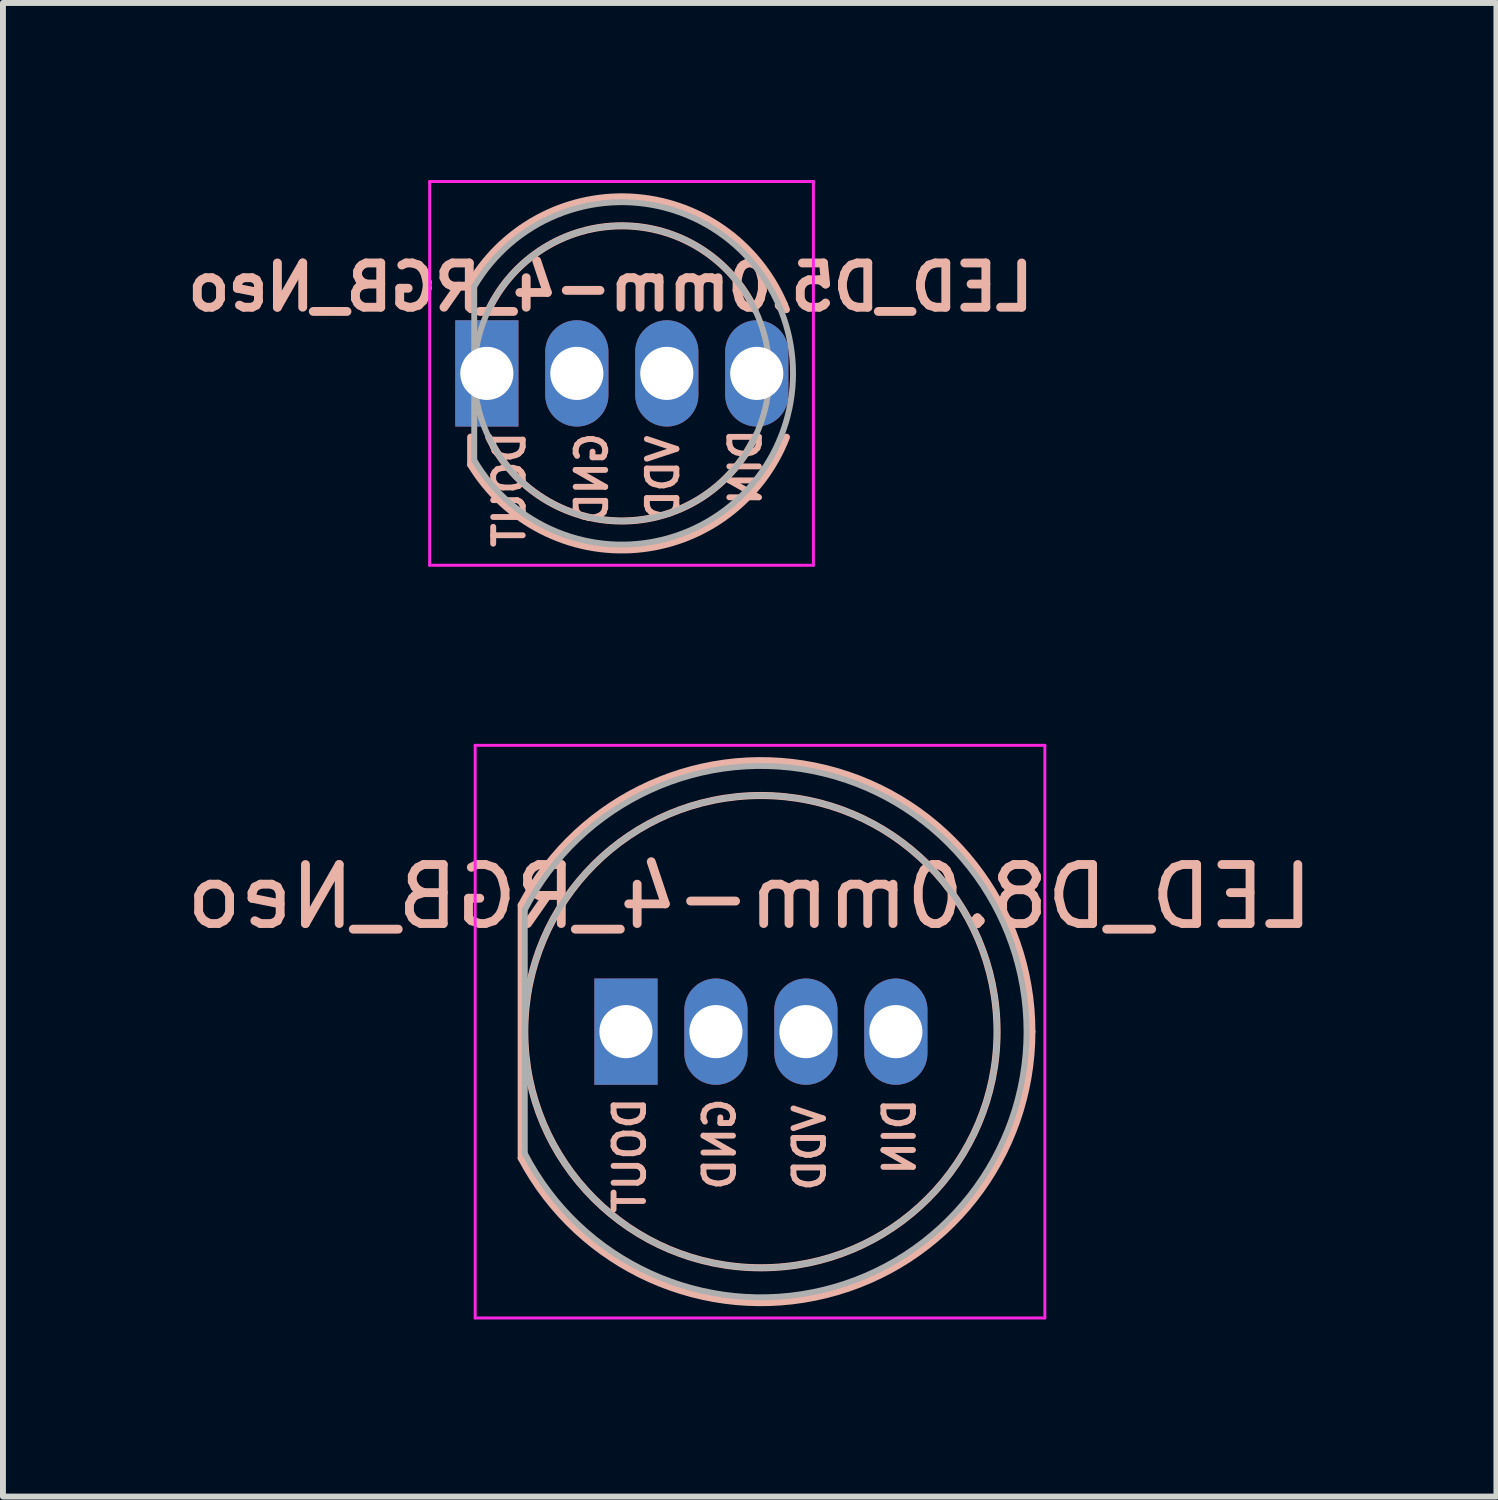
<source format=kicad_pcb>
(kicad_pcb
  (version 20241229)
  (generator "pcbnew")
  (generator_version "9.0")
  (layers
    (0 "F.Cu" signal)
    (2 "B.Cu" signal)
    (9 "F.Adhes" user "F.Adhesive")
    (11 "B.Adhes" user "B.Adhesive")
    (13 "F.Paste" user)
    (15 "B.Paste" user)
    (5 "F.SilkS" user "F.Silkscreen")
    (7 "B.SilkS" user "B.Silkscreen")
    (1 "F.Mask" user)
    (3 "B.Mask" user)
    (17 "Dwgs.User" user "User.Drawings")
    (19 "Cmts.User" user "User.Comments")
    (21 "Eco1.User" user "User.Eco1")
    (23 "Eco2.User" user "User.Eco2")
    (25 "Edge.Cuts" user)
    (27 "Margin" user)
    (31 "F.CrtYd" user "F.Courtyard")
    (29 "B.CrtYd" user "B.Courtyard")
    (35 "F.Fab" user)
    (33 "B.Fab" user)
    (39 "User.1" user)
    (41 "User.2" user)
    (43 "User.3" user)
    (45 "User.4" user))
  (footprint "LED_D5.0mm-4_RGB_Neo"
    (layer "F.Cu")
    (at 5.578 3.275)
    (property "Reference" "LED_D5.0mm-4_RGB_Neo" (at 1.714 -1.46 0) (layer "B.SilkS") (effects (font (size 0.75 0.75) (thickness 0.15)) (justify mirror)))
    (attr through_hole)
    (fp_line (start -0.655 -1.545) (end -0.655 -1.08) (stroke (width 0.12) (type solid)) (layer "B.SilkS"))
    (fp_line (start -0.655 1.08) (end -0.655 1.545) (stroke (width 0.12) (type solid)) (layer "B.SilkS"))
    (fp_arc (start -0.655 -1.54483) (mid 2.163456 -2.978809) (end 4.692815 -1.080827) (stroke (width 0.12) (type solid)) (layer "B.SilkS"))
    (fp_arc (start -0.349684 -1.08) (mid 1.904762 -2.5) (end 4.159479 -1.080429) (stroke (width 0.12) (type solid)) (layer "B.SilkS"))
    (fp_arc (start 4.159479 1.080429) (mid 1.904762 2.5) (end -0.349684 1.08) (stroke (width 0.12) (type solid)) (layer "B.SilkS"))
    (fp_arc (start 4.692815 1.080827) (mid 2.163456 2.978808) (end -0.655 1.54483) (stroke (width 0.12) (type solid)) (layer "B.SilkS"))
    (fp_line (start -1.35 -3.25) (end -1.35 3.25) (stroke (width 0.05) (type solid)) (layer "F.CrtYd"))
    (fp_line (start -1.35 3.25) (end 5.15 3.25) (stroke (width 0.05) (type solid)) (layer "F.CrtYd"))
    (fp_line (start 5.15 -3.25) (end -1.35 -3.25) (stroke (width 0.05) (type solid)) (layer "F.CrtYd"))
    (fp_line (start 5.15 3.25) (end 5.15 -3.25) (stroke (width 0.05) (type solid)) (layer "F.CrtYd"))
    (fp_line (start -0.595 -1.47) (end -0.595 1.47) (stroke (width 0.1) (type solid)) (layer "F.Fab"))
    (fp_arc (start -0.595 -1.469694) (mid 4.805 0.000016) (end -0.595016 1.469666) (stroke (width 0.1) (type solid)) (layer "F.Fab"))
    (fp_circle (center 1.905 0) (end 4.405 0) (stroke (width 0.1) (type solid)) (fill no) (layer "F.Fab"))
    (fp_text user "VDD" (at 2.603 1.778 90) (layer "B.SilkS") (effects (font (size 0.5 0.5) (thickness 0.1)) (justify mirror)))
    (fp_text user "DOUT" (at 0 1.968 90) (layer "B.SilkS") (effects (font (size 0.5 0.5) (thickness 0.1)) (justify mirror)))
    (fp_text user "DIN" (at 4 1.587 90) (layer "B.SilkS") (effects (font (size 0.5 0.5) (thickness 0.1)) (justify mirror)))
    (fp_text user "GND" (at 1.397 1.778 90) (layer "B.SilkS") (effects (font (size 0.5 0.5) (thickness 0.1)) (justify mirror)))
    (pad "1" thru_hole rect (at -0.381 0) (size 1.07 1.8) (drill 0.9) (layers "*.Cu" "*.Mask"))
    (pad "2" thru_hole oval (at 1.143 0) (size 1.07 1.8) (drill 0.9) (layers "*.Cu" "*.Mask"))
    (pad "3" thru_hole oval (at 2.667 0) (size 1.07 1.8) (drill 0.9) (layers "*.Cu" "*.Mask"))
    (pad "4" thru_hole oval (at 4.191 0) (size 1.07 1.8) (drill 0.9) (layers "*.Cu" "*.Mask")))
  (footprint "LED_D8.0mm-4_RGB_Neo"
    (layer "F.Cu")
    (at 7.299 14.425)
    (property "Reference" "LED_D8.0mm-4_RGB_Neo" (at 2.349 -2.286 0) (layer "B.SilkS") (effects (font (size 1 1) (thickness 0.15)) (justify mirror)))
    (attr through_hole)
    (fp_line (start -1.52 -2.142) (end -1.52 2.142) (stroke (width 0.12) (type solid)) (layer "B.SilkS"))
    (fp_arc (start -1.52 -2.141145) (mid 3.643119 -4.455472) (end 7.13 0.000486) (stroke (width 0.12) (type solid)) (layer "B.SilkS"))
    (fp_arc (start 7.13 -0.000486) (mid 3.643119 4.455472) (end -1.52 2.141145) (stroke (width 0.12) (type solid)) (layer "B.SilkS"))
    (fp_circle (center 2.54 0) (end 6.54 0) (stroke (width 0.12) (type solid)) (fill no) (layer "B.SilkS"))
    (fp_line (start -2.3 -4.85) (end -2.3 4.85) (stroke (width 0.05) (type solid)) (layer "F.CrtYd"))
    (fp_line (start -2.3 4.85) (end 7.35 4.85) (stroke (width 0.05) (type solid)) (layer "F.CrtYd"))
    (fp_line (start 7.35 -4.85) (end -2.3 -4.85) (stroke (width 0.05) (type solid)) (layer "F.CrtYd"))
    (fp_line (start 7.35 4.85) (end 7.35 -4.85) (stroke (width 0.05) (type solid)) (layer "F.CrtYd"))
    (fp_line (start -1.46 -2.062) (end -1.46 2.062) (stroke (width 0.1) (type solid)) (layer "F.Fab"))
    (fp_arc (start -1.46 -2.061553) (mid 7.04 0.00126) (end -1.461154 2.059312) (stroke (width 0.1) (type solid)) (layer "F.Fab"))
    (fp_circle (center 2.54 0) (end 6.54 0) (stroke (width 0.1) (type solid)) (fill no) (layer "F.Fab"))
    (fp_text user "VDD" (at 3.365 1.968 90) (layer "B.SilkS") (effects (font (size 0.5 0.5) (thickness 0.1)) (justify mirror)))
    (fp_text user "DOUT" (at 0.318 2.095 90) (layer "B.SilkS") (effects (font (size 0.5 0.5) (thickness 0.1)) (justify mirror)))
    (fp_text user "DIN" (at 4.889 1.778 90) (layer "B.SilkS") (effects (font (size 0.5 0.5) (thickness 0.1)) (justify mirror)))
    (fp_text user "GND" (at 1.841 1.905 90) (layer "B.SilkS") (effects (font (size 0.5 0.5) (thickness 0.1)) (justify mirror)))
    (pad "1" thru_hole rect (at 0.254 0) (size 1.07 1.8) (drill 0.9) (layers "*.Cu" "*.Mask"))
    (pad "2" thru_hole oval (at 1.778 0) (size 1.07 1.8) (drill 0.9) (layers "*.Cu" "*.Mask"))
    (pad "3" thru_hole oval (at 3.302 0) (size 1.07 1.8) (drill 0.9) (layers "*.Cu" "*.Mask"))
    (pad "4" thru_hole oval (at 4.826 0) (size 1.07 1.8) (drill 0.9) (layers "*.Cu" "*.Mask")))
  (gr_rect
    (start -3 -3)
    (end 22.298 22.3)
    (stroke (width 0.1) (type default))
    (fill no)
    (layer "Edge.Cuts")))
</source>
